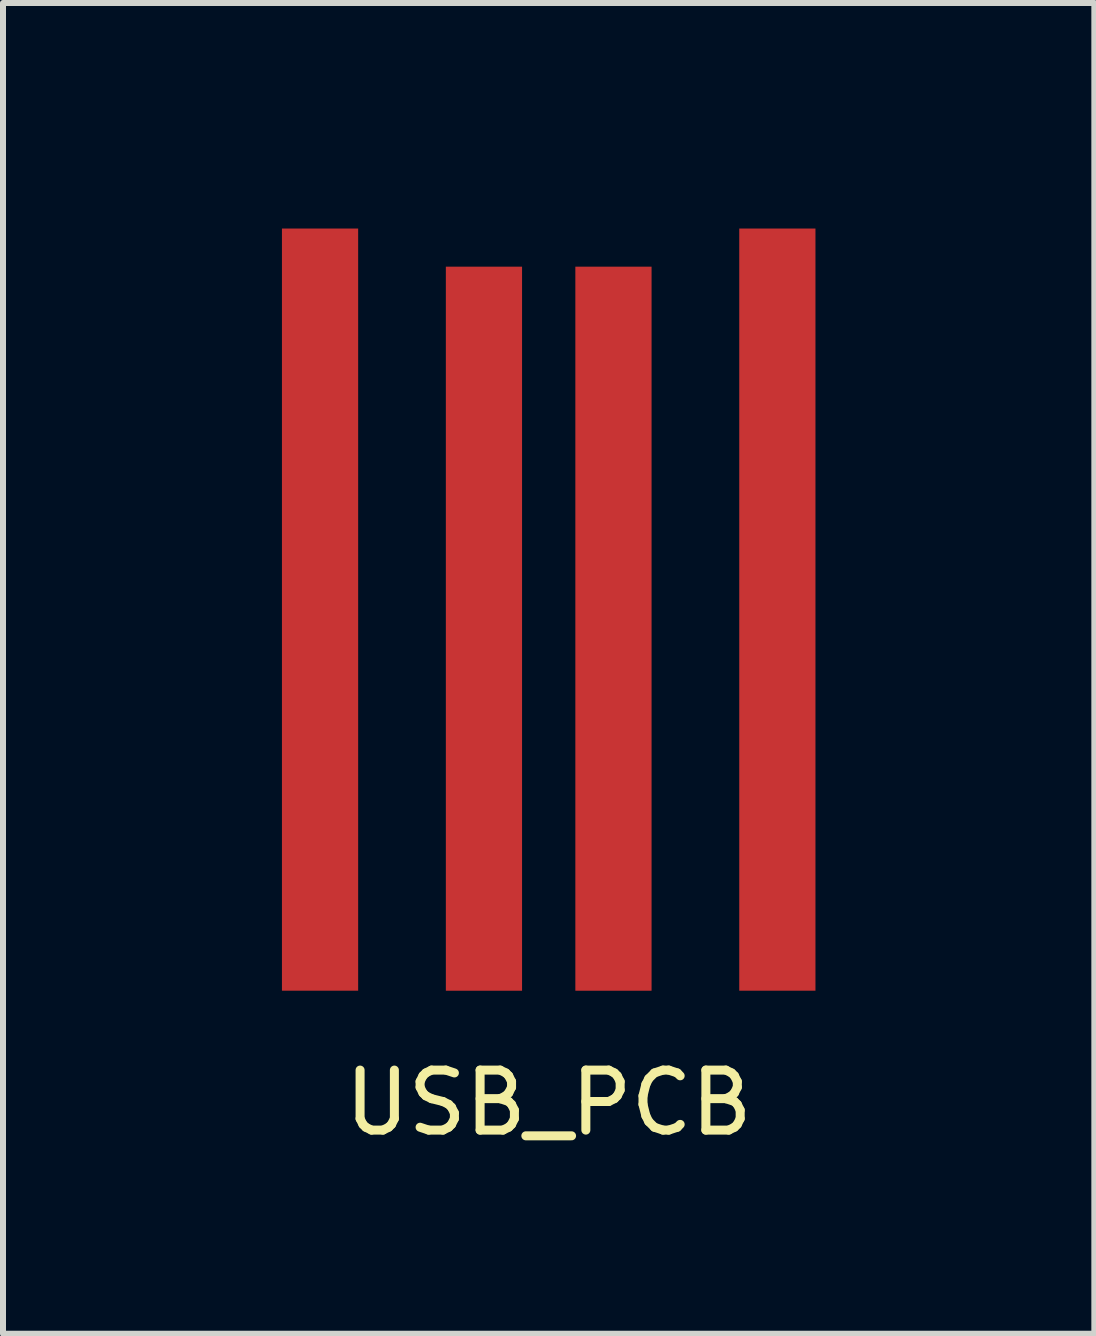
<source format=kicad_pcb>
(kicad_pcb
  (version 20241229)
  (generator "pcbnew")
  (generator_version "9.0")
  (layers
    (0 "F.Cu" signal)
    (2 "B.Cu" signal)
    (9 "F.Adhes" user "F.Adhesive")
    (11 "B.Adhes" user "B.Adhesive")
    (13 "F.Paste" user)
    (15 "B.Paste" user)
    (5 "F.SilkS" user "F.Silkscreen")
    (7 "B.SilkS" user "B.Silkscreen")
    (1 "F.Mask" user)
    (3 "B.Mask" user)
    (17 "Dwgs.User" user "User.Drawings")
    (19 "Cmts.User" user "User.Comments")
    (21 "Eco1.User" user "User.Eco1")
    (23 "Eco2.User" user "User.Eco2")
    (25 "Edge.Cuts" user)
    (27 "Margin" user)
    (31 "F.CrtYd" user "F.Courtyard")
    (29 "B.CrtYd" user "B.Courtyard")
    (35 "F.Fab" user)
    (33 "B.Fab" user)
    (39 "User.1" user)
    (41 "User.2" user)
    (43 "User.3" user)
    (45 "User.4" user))
  (footprint "USB_PCB"
    (layer "F.Cu")
    (at 6.093 7.426)
    (property "Reference" "USB_PCB" (at 0 7.9 0) (layer "F.SilkS") (effects (font (size 1 1) (thickness 0.15))))
    (attr through_hole)
    (fp_line (start -6.032 -7.366) (end 6.032 -7.239) (stroke (width 0.12) (type solid)) (layer "Eco2.User"))
    (fp_line (start -6.032 6.096) (end -6.032 -7.366) (stroke (width 0.12) (type solid)) (layer "Eco2.User"))
    (fp_line (start 6.032 -7.239) (end 6.032 6.096) (stroke (width 0.12) (type solid)) (layer "Eco2.User"))
    (pad "1" smd rect (at -3.81 -0.318) (size 1.27 12.7) (layers "F.Cu" "F.Mask"))
    (pad "2" smd rect (at -1.079 0) (size 1.27 12.065) (layers "F.Cu" "F.Mask"))
    (pad "3" smd rect (at 1.079 0) (size 1.27 12.065) (layers "F.Cu" "F.Mask"))
    (pad "4" smd rect (at 3.81 -0.318) (size 1.27 12.7) (layers "F.Cu" "F.Mask")))
  (gr_rect
    (start -3 -3)
    (end 15.185 19.174)
    (stroke (width 0.1) (type default))
    (fill no)
    (layer "Edge.Cuts")))
</source>
